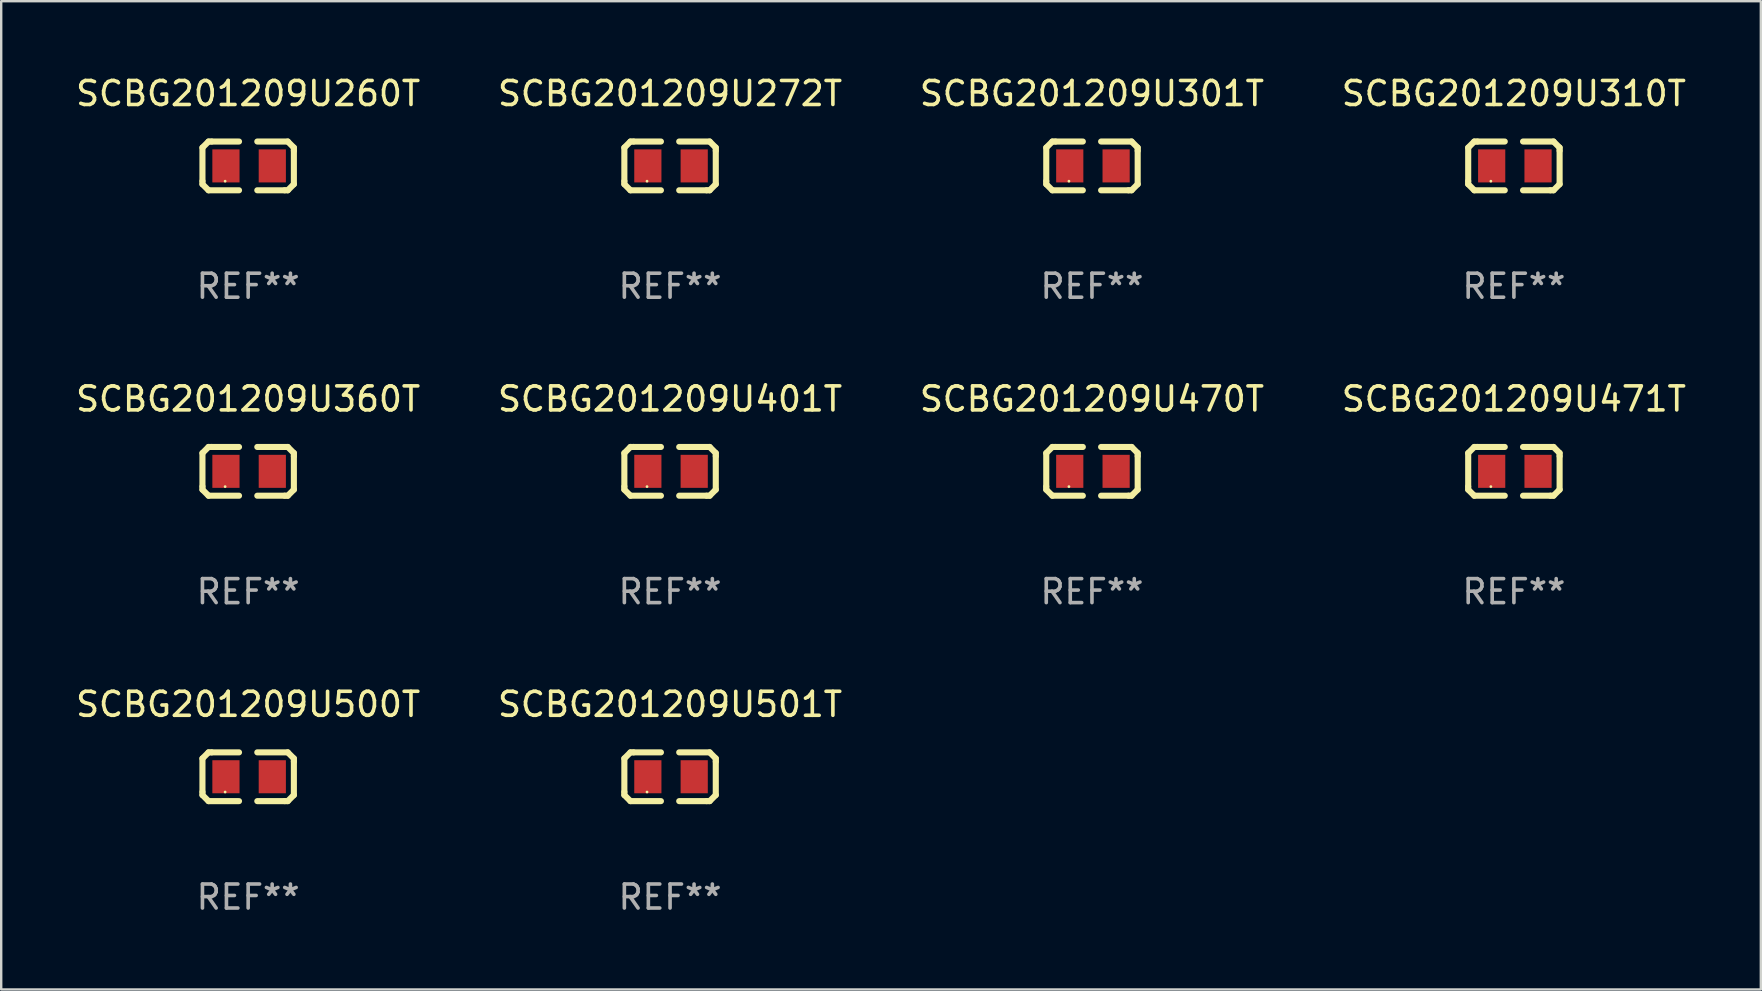
<source format=kicad_pcb>
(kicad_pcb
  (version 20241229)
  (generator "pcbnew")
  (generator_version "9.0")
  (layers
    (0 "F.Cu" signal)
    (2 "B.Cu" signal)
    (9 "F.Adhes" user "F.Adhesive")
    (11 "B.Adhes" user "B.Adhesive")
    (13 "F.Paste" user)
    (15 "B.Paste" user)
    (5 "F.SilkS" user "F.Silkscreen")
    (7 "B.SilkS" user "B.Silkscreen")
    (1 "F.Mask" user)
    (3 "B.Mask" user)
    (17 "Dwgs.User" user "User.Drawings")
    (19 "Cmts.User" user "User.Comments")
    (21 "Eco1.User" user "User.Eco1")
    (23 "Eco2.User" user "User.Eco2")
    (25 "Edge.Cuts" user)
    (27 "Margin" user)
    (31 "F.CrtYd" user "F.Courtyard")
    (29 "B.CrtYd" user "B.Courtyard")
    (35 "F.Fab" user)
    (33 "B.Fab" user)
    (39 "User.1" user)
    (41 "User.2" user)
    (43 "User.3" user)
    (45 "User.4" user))
  (footprint "SCBG201209U401T"
    (layer "F.Cu")
    (at 24.875 16.593)
    (property "Reference" "SCBG201209U401T" (at 0 -3.016 0) (layer "F.SilkS") (effects (font (size 1 1) (thickness 0.15))))
    (attr through_hole)
    (fp_line (start -1.905 -0.762) (end -1.905 0.635) (stroke (width 0.254) (type solid)) (layer "F.SilkS"))
    (fp_line (start -1.905 0.635) (end -1.905 0.762) (stroke (width 0.254) (type solid)) (layer "F.SilkS"))
    (fp_line (start -1.905 0.762) (end -1.651 1.016) (stroke (width 0.254) (type solid)) (layer "F.SilkS"))
    (fp_line (start -1.651 -1.016) (end -1.905 -0.762) (stroke (width 0.254) (type solid)) (layer "F.SilkS"))
    (fp_line (start -1.651 1.016) (end -0.381 1.016) (stroke (width 0.254) (type solid)) (layer "F.SilkS"))
    (fp_line (start -1.524 -1.016) (end -1.651 -1.016) (stroke (width 0.254) (type solid)) (layer "F.SilkS"))
    (fp_line (start -0.381 -1.016) (end -1.524 -1.016) (stroke (width 0.254) (type solid)) (layer "F.SilkS"))
    (fp_line (start 0.381 1.016) (end 1.524 1.016) (stroke (width 0.254) (type solid)) (layer "F.SilkS"))
    (fp_line (start 1.524 1.016) (end 1.651 1.016) (stroke (width 0.254) (type solid)) (layer "F.SilkS"))
    (fp_line (start 1.651 -1.016) (end 0.381 -1.016) (stroke (width 0.254) (type solid)) (layer "F.SilkS"))
    (fp_line (start 1.651 1.016) (end 1.905 0.762) (stroke (width 0.254) (type solid)) (layer "F.SilkS"))
    (fp_line (start 1.905 -0.762) (end 1.651 -1.016) (stroke (width 0.254) (type solid)) (layer "F.SilkS"))
    (fp_line (start 1.905 -0.635) (end 1.905 -0.762) (stroke (width 0.254) (type solid)) (layer "F.SilkS"))
    (fp_line (start 1.905 0.762) (end 1.905 -0.635) (stroke (width 0.254) (type solid)) (layer "F.SilkS"))
    (fp_circle (center -0.96 0.637) (end -0.93 0.637) (stroke (width 0.06) (type solid)) (fill no) (layer "F.SilkS"))
    (fp_text user "REF**" (at 0 5.016 0) (layer "F.Fab") (effects (font (size 1 1) (thickness 0.15))))
    (pad "1" smd rect (at -0.926 -0.000051) (size 1.133 1.377) (layers "F.Cu" "F.Mask" "F.Paste"))
    (pad "2" smd rect (at 1.006 -0.000051) (size 1.133 1.377) (layers "F.Cu" "F.Mask" "F.Paste")))
  (footprint "SCBG201209U260T"
    (layer "F.Cu")
    (at 7.292 3.864)
    (property "Reference" "SCBG201209U260T" (at 0 -3.016 0) (layer "F.SilkS") (effects (font (size 1 1) (thickness 0.15))))
    (attr through_hole)
    (fp_line (start -1.905 -0.762) (end -1.905 0.635) (stroke (width 0.254) (type solid)) (layer "F.SilkS"))
    (fp_line (start -1.905 0.635) (end -1.905 0.762) (stroke (width 0.254) (type solid)) (layer "F.SilkS"))
    (fp_line (start -1.905 0.762) (end -1.651 1.016) (stroke (width 0.254) (type solid)) (layer "F.SilkS"))
    (fp_line (start -1.651 -1.016) (end -1.905 -0.762) (stroke (width 0.254) (type solid)) (layer "F.SilkS"))
    (fp_line (start -1.651 1.016) (end -0.381 1.016) (stroke (width 0.254) (type solid)) (layer "F.SilkS"))
    (fp_line (start -1.524 -1.016) (end -1.651 -1.016) (stroke (width 0.254) (type solid)) (layer "F.SilkS"))
    (fp_line (start -0.381 -1.016) (end -1.524 -1.016) (stroke (width 0.254) (type solid)) (layer "F.SilkS"))
    (fp_line (start 0.381 1.016) (end 1.524 1.016) (stroke (width 0.254) (type solid)) (layer "F.SilkS"))
    (fp_line (start 1.524 1.016) (end 1.651 1.016) (stroke (width 0.254) (type solid)) (layer "F.SilkS"))
    (fp_line (start 1.651 -1.016) (end 0.381 -1.016) (stroke (width 0.254) (type solid)) (layer "F.SilkS"))
    (fp_line (start 1.651 1.016) (end 1.905 0.762) (stroke (width 0.254) (type solid)) (layer "F.SilkS"))
    (fp_line (start 1.905 -0.762) (end 1.651 -1.016) (stroke (width 0.254) (type solid)) (layer "F.SilkS"))
    (fp_line (start 1.905 -0.635) (end 1.905 -0.762) (stroke (width 0.254) (type solid)) (layer "F.SilkS"))
    (fp_line (start 1.905 0.762) (end 1.905 -0.635) (stroke (width 0.254) (type solid)) (layer "F.SilkS"))
    (fp_circle (center -0.96 0.637) (end -0.93 0.637) (stroke (width 0.06) (type solid)) (fill no) (layer "F.SilkS"))
    (fp_text user "REF**" (at 0 5.016 0) (layer "F.Fab") (effects (font (size 1 1) (thickness 0.15))))
    (pad "1" smd rect (at -0.926 -0.000051) (size 1.133 1.377) (layers "F.Cu" "F.Mask" "F.Paste"))
    (pad "2" smd rect (at 1.006 -0.000051) (size 1.133 1.377) (layers "F.Cu" "F.Mask" "F.Paste")))
  (footprint "SCBG201209U501T"
    (layer "F.Cu")
    (at 24.875 29.321)
    (property "Reference" "SCBG201209U501T" (at 0 -3.016 0) (layer "F.SilkS") (effects (font (size 1 1) (thickness 0.15))))
    (attr through_hole)
    (fp_line (start -1.905 -0.762) (end -1.905 0.635) (stroke (width 0.254) (type solid)) (layer "F.SilkS"))
    (fp_line (start -1.905 0.635) (end -1.905 0.762) (stroke (width 0.254) (type solid)) (layer "F.SilkS"))
    (fp_line (start -1.905 0.762) (end -1.651 1.016) (stroke (width 0.254) (type solid)) (layer "F.SilkS"))
    (fp_line (start -1.651 -1.016) (end -1.905 -0.762) (stroke (width 0.254) (type solid)) (layer "F.SilkS"))
    (fp_line (start -1.651 1.016) (end -0.381 1.016) (stroke (width 0.254) (type solid)) (layer "F.SilkS"))
    (fp_line (start -1.524 -1.016) (end -1.651 -1.016) (stroke (width 0.254) (type solid)) (layer "F.SilkS"))
    (fp_line (start -0.381 -1.016) (end -1.524 -1.016) (stroke (width 0.254) (type solid)) (layer "F.SilkS"))
    (fp_line (start 0.381 1.016) (end 1.524 1.016) (stroke (width 0.254) (type solid)) (layer "F.SilkS"))
    (fp_line (start 1.524 1.016) (end 1.651 1.016) (stroke (width 0.254) (type solid)) (layer "F.SilkS"))
    (fp_line (start 1.651 -1.016) (end 0.381 -1.016) (stroke (width 0.254) (type solid)) (layer "F.SilkS"))
    (fp_line (start 1.651 1.016) (end 1.905 0.762) (stroke (width 0.254) (type solid)) (layer "F.SilkS"))
    (fp_line (start 1.905 -0.762) (end 1.651 -1.016) (stroke (width 0.254) (type solid)) (layer "F.SilkS"))
    (fp_line (start 1.905 -0.635) (end 1.905 -0.762) (stroke (width 0.254) (type solid)) (layer "F.SilkS"))
    (fp_line (start 1.905 0.762) (end 1.905 -0.635) (stroke (width 0.254) (type solid)) (layer "F.SilkS"))
    (fp_circle (center -0.96 0.637) (end -0.93 0.637) (stroke (width 0.06) (type solid)) (fill no) (layer "F.SilkS"))
    (fp_text user "REF**" (at 0 5.016 0) (layer "F.Fab") (effects (font (size 1 1) (thickness 0.15))))
    (pad "1" smd rect (at -0.926 -0.000051) (size 1.133 1.377) (layers "F.Cu" "F.Mask" "F.Paste"))
    (pad "2" smd rect (at 1.006 -0.000051) (size 1.133 1.377) (layers "F.Cu" "F.Mask" "F.Paste")))
  (footprint "SCBG201209U301T"
    (layer "F.Cu")
    (at 42.458 3.864)
    (property "Reference" "SCBG201209U301T" (at 0 -3.016 0) (layer "F.SilkS") (effects (font (size 1 1) (thickness 0.15))))
    (attr through_hole)
    (fp_line (start -1.905 -0.762) (end -1.905 0.635) (stroke (width 0.254) (type solid)) (layer "F.SilkS"))
    (fp_line (start -1.905 0.635) (end -1.905 0.762) (stroke (width 0.254) (type solid)) (layer "F.SilkS"))
    (fp_line (start -1.905 0.762) (end -1.651 1.016) (stroke (width 0.254) (type solid)) (layer "F.SilkS"))
    (fp_line (start -1.651 -1.016) (end -1.905 -0.762) (stroke (width 0.254) (type solid)) (layer "F.SilkS"))
    (fp_line (start -1.651 1.016) (end -0.381 1.016) (stroke (width 0.254) (type solid)) (layer "F.SilkS"))
    (fp_line (start -1.524 -1.016) (end -1.651 -1.016) (stroke (width 0.254) (type solid)) (layer "F.SilkS"))
    (fp_line (start -0.381 -1.016) (end -1.524 -1.016) (stroke (width 0.254) (type solid)) (layer "F.SilkS"))
    (fp_line (start 0.381 1.016) (end 1.524 1.016) (stroke (width 0.254) (type solid)) (layer "F.SilkS"))
    (fp_line (start 1.524 1.016) (end 1.651 1.016) (stroke (width 0.254) (type solid)) (layer "F.SilkS"))
    (fp_line (start 1.651 -1.016) (end 0.381 -1.016) (stroke (width 0.254) (type solid)) (layer "F.SilkS"))
    (fp_line (start 1.651 1.016) (end 1.905 0.762) (stroke (width 0.254) (type solid)) (layer "F.SilkS"))
    (fp_line (start 1.905 -0.762) (end 1.651 -1.016) (stroke (width 0.254) (type solid)) (layer "F.SilkS"))
    (fp_line (start 1.905 -0.635) (end 1.905 -0.762) (stroke (width 0.254) (type solid)) (layer "F.SilkS"))
    (fp_line (start 1.905 0.762) (end 1.905 -0.635) (stroke (width 0.254) (type solid)) (layer "F.SilkS"))
    (fp_circle (center -0.96 0.637) (end -0.93 0.637) (stroke (width 0.06) (type solid)) (fill no) (layer "F.SilkS"))
    (fp_text user "REF**" (at 0 5.016 0) (layer "F.Fab") (effects (font (size 1 1) (thickness 0.15))))
    (pad "1" smd rect (at -0.926 -0.000051) (size 1.133 1.377) (layers "F.Cu" "F.Mask" "F.Paste"))
    (pad "2" smd rect (at 1.006 -0.000051) (size 1.133 1.377) (layers "F.Cu" "F.Mask" "F.Paste")))
  (footprint "SCBG201209U471T"
    (layer "F.Cu")
    (at 60.042 16.593)
    (property "Reference" "SCBG201209U471T" (at 0 -3.016 0) (layer "F.SilkS") (effects (font (size 1 1) (thickness 0.15))))
    (attr through_hole)
    (fp_line (start -1.905 -0.762) (end -1.905 0.635) (stroke (width 0.254) (type solid)) (layer "F.SilkS"))
    (fp_line (start -1.905 0.635) (end -1.905 0.762) (stroke (width 0.254) (type solid)) (layer "F.SilkS"))
    (fp_line (start -1.905 0.762) (end -1.651 1.016) (stroke (width 0.254) (type solid)) (layer "F.SilkS"))
    (fp_line (start -1.651 -1.016) (end -1.905 -0.762) (stroke (width 0.254) (type solid)) (layer "F.SilkS"))
    (fp_line (start -1.651 1.016) (end -0.381 1.016) (stroke (width 0.254) (type solid)) (layer "F.SilkS"))
    (fp_line (start -1.524 -1.016) (end -1.651 -1.016) (stroke (width 0.254) (type solid)) (layer "F.SilkS"))
    (fp_line (start -0.381 -1.016) (end -1.524 -1.016) (stroke (width 0.254) (type solid)) (layer "F.SilkS"))
    (fp_line (start 0.381 1.016) (end 1.524 1.016) (stroke (width 0.254) (type solid)) (layer "F.SilkS"))
    (fp_line (start 1.524 1.016) (end 1.651 1.016) (stroke (width 0.254) (type solid)) (layer "F.SilkS"))
    (fp_line (start 1.651 -1.016) (end 0.381 -1.016) (stroke (width 0.254) (type solid)) (layer "F.SilkS"))
    (fp_line (start 1.651 1.016) (end 1.905 0.762) (stroke (width 0.254) (type solid)) (layer "F.SilkS"))
    (fp_line (start 1.905 -0.762) (end 1.651 -1.016) (stroke (width 0.254) (type solid)) (layer "F.SilkS"))
    (fp_line (start 1.905 -0.635) (end 1.905 -0.762) (stroke (width 0.254) (type solid)) (layer "F.SilkS"))
    (fp_line (start 1.905 0.762) (end 1.905 -0.635) (stroke (width 0.254) (type solid)) (layer "F.SilkS"))
    (fp_circle (center -0.96 0.637) (end -0.93 0.637) (stroke (width 0.06) (type solid)) (fill no) (layer "F.SilkS"))
    (fp_text user "REF**" (at 0 5.016 0) (layer "F.Fab") (effects (font (size 1 1) (thickness 0.15))))
    (pad "1" smd rect (at -0.926 -0.000051) (size 1.133 1.377) (layers "F.Cu" "F.Mask" "F.Paste"))
    (pad "2" smd rect (at 1.006 -0.000051) (size 1.133 1.377) (layers "F.Cu" "F.Mask" "F.Paste")))
  (footprint "SCBG201209U272T"
    (layer "F.Cu")
    (at 24.875 3.864)
    (property "Reference" "SCBG201209U272T" (at 0 -3.016 0) (layer "F.SilkS") (effects (font (size 1 1) (thickness 0.15))))
    (attr through_hole)
    (fp_line (start -1.905 -0.762) (end -1.905 0.635) (stroke (width 0.254) (type solid)) (layer "F.SilkS"))
    (fp_line (start -1.905 0.635) (end -1.905 0.762) (stroke (width 0.254) (type solid)) (layer "F.SilkS"))
    (fp_line (start -1.905 0.762) (end -1.651 1.016) (stroke (width 0.254) (type solid)) (layer "F.SilkS"))
    (fp_line (start -1.651 -1.016) (end -1.905 -0.762) (stroke (width 0.254) (type solid)) (layer "F.SilkS"))
    (fp_line (start -1.651 1.016) (end -0.381 1.016) (stroke (width 0.254) (type solid)) (layer "F.SilkS"))
    (fp_line (start -1.524 -1.016) (end -1.651 -1.016) (stroke (width 0.254) (type solid)) (layer "F.SilkS"))
    (fp_line (start -0.381 -1.016) (end -1.524 -1.016) (stroke (width 0.254) (type solid)) (layer "F.SilkS"))
    (fp_line (start 0.381 1.016) (end 1.524 1.016) (stroke (width 0.254) (type solid)) (layer "F.SilkS"))
    (fp_line (start 1.524 1.016) (end 1.651 1.016) (stroke (width 0.254) (type solid)) (layer "F.SilkS"))
    (fp_line (start 1.651 -1.016) (end 0.381 -1.016) (stroke (width 0.254) (type solid)) (layer "F.SilkS"))
    (fp_line (start 1.651 1.016) (end 1.905 0.762) (stroke (width 0.254) (type solid)) (layer "F.SilkS"))
    (fp_line (start 1.905 -0.762) (end 1.651 -1.016) (stroke (width 0.254) (type solid)) (layer "F.SilkS"))
    (fp_line (start 1.905 -0.635) (end 1.905 -0.762) (stroke (width 0.254) (type solid)) (layer "F.SilkS"))
    (fp_line (start 1.905 0.762) (end 1.905 -0.635) (stroke (width 0.254) (type solid)) (layer "F.SilkS"))
    (fp_circle (center -0.96 0.637) (end -0.93 0.637) (stroke (width 0.06) (type solid)) (fill no) (layer "F.SilkS"))
    (fp_text user "REF**" (at 0 5.016 0) (layer "F.Fab") (effects (font (size 1 1) (thickness 0.15))))
    (pad "1" smd rect (at -0.926 -0.000051) (size 1.133 1.377) (layers "F.Cu" "F.Mask" "F.Paste"))
    (pad "2" smd rect (at 1.006 -0.000051) (size 1.133 1.377) (layers "F.Cu" "F.Mask" "F.Paste")))
  (footprint "SCBG201209U360T"
    (layer "F.Cu")
    (at 7.292 16.593)
    (property "Reference" "SCBG201209U360T" (at 0 -3.016 0) (layer "F.SilkS") (effects (font (size 1 1) (thickness 0.15))))
    (attr through_hole)
    (fp_line (start -1.905 -0.762) (end -1.905 0.635) (stroke (width 0.254) (type solid)) (layer "F.SilkS"))
    (fp_line (start -1.905 0.635) (end -1.905 0.762) (stroke (width 0.254) (type solid)) (layer "F.SilkS"))
    (fp_line (start -1.905 0.762) (end -1.651 1.016) (stroke (width 0.254) (type solid)) (layer "F.SilkS"))
    (fp_line (start -1.651 -1.016) (end -1.905 -0.762) (stroke (width 0.254) (type solid)) (layer "F.SilkS"))
    (fp_line (start -1.651 1.016) (end -0.381 1.016) (stroke (width 0.254) (type solid)) (layer "F.SilkS"))
    (fp_line (start -1.524 -1.016) (end -1.651 -1.016) (stroke (width 0.254) (type solid)) (layer "F.SilkS"))
    (fp_line (start -0.381 -1.016) (end -1.524 -1.016) (stroke (width 0.254) (type solid)) (layer "F.SilkS"))
    (fp_line (start 0.381 1.016) (end 1.524 1.016) (stroke (width 0.254) (type solid)) (layer "F.SilkS"))
    (fp_line (start 1.524 1.016) (end 1.651 1.016) (stroke (width 0.254) (type solid)) (layer "F.SilkS"))
    (fp_line (start 1.651 -1.016) (end 0.381 -1.016) (stroke (width 0.254) (type solid)) (layer "F.SilkS"))
    (fp_line (start 1.651 1.016) (end 1.905 0.762) (stroke (width 0.254) (type solid)) (layer "F.SilkS"))
    (fp_line (start 1.905 -0.762) (end 1.651 -1.016) (stroke (width 0.254) (type solid)) (layer "F.SilkS"))
    (fp_line (start 1.905 -0.635) (end 1.905 -0.762) (stroke (width 0.254) (type solid)) (layer "F.SilkS"))
    (fp_line (start 1.905 0.762) (end 1.905 -0.635) (stroke (width 0.254) (type solid)) (layer "F.SilkS"))
    (fp_circle (center -0.96 0.637) (end -0.93 0.637) (stroke (width 0.06) (type solid)) (fill no) (layer "F.SilkS"))
    (fp_text user "REF**" (at 0 5.016 0) (layer "F.Fab") (effects (font (size 1 1) (thickness 0.15))))
    (pad "1" smd rect (at -0.926 -0.000051) (size 1.133 1.377) (layers "F.Cu" "F.Mask" "F.Paste"))
    (pad "2" smd rect (at 1.006 -0.000051) (size 1.133 1.377) (layers "F.Cu" "F.Mask" "F.Paste")))
  (footprint "SCBG201209U310T"
    (layer "F.Cu")
    (at 60.042 3.864)
    (property "Reference" "SCBG201209U310T" (at 0 -3.016 0) (layer "F.SilkS") (effects (font (size 1 1) (thickness 0.15))))
    (attr through_hole)
    (fp_line (start -1.905 -0.762) (end -1.905 0.635) (stroke (width 0.254) (type solid)) (layer "F.SilkS"))
    (fp_line (start -1.905 0.635) (end -1.905 0.762) (stroke (width 0.254) (type solid)) (layer "F.SilkS"))
    (fp_line (start -1.905 0.762) (end -1.651 1.016) (stroke (width 0.254) (type solid)) (layer "F.SilkS"))
    (fp_line (start -1.651 -1.016) (end -1.905 -0.762) (stroke (width 0.254) (type solid)) (layer "F.SilkS"))
    (fp_line (start -1.651 1.016) (end -0.381 1.016) (stroke (width 0.254) (type solid)) (layer "F.SilkS"))
    (fp_line (start -1.524 -1.016) (end -1.651 -1.016) (stroke (width 0.254) (type solid)) (layer "F.SilkS"))
    (fp_line (start -0.381 -1.016) (end -1.524 -1.016) (stroke (width 0.254) (type solid)) (layer "F.SilkS"))
    (fp_line (start 0.381 1.016) (end 1.524 1.016) (stroke (width 0.254) (type solid)) (layer "F.SilkS"))
    (fp_line (start 1.524 1.016) (end 1.651 1.016) (stroke (width 0.254) (type solid)) (layer "F.SilkS"))
    (fp_line (start 1.651 -1.016) (end 0.381 -1.016) (stroke (width 0.254) (type solid)) (layer "F.SilkS"))
    (fp_line (start 1.651 1.016) (end 1.905 0.762) (stroke (width 0.254) (type solid)) (layer "F.SilkS"))
    (fp_line (start 1.905 -0.762) (end 1.651 -1.016) (stroke (width 0.254) (type solid)) (layer "F.SilkS"))
    (fp_line (start 1.905 -0.635) (end 1.905 -0.762) (stroke (width 0.254) (type solid)) (layer "F.SilkS"))
    (fp_line (start 1.905 0.762) (end 1.905 -0.635) (stroke (width 0.254) (type solid)) (layer "F.SilkS"))
    (fp_circle (center -0.96 0.637) (end -0.93 0.637) (stroke (width 0.06) (type solid)) (fill no) (layer "F.SilkS"))
    (fp_text user "REF**" (at 0 5.016 0) (layer "F.Fab") (effects (font (size 1 1) (thickness 0.15))))
    (pad "1" smd rect (at -0.926 -0.000051) (size 1.133 1.377) (layers "F.Cu" "F.Mask" "F.Paste"))
    (pad "2" smd rect (at 1.006 -0.000051) (size 1.133 1.377) (layers "F.Cu" "F.Mask" "F.Paste")))
  (footprint "SCBG201209U470T"
    (layer "F.Cu")
    (at 42.458 16.593)
    (property "Reference" "SCBG201209U470T" (at 0 -3.016 0) (layer "F.SilkS") (effects (font (size 1 1) (thickness 0.15))))
    (attr through_hole)
    (fp_line (start -1.905 -0.762) (end -1.905 0.635) (stroke (width 0.254) (type solid)) (layer "F.SilkS"))
    (fp_line (start -1.905 0.635) (end -1.905 0.762) (stroke (width 0.254) (type solid)) (layer "F.SilkS"))
    (fp_line (start -1.905 0.762) (end -1.651 1.016) (stroke (width 0.254) (type solid)) (layer "F.SilkS"))
    (fp_line (start -1.651 -1.016) (end -1.905 -0.762) (stroke (width 0.254) (type solid)) (layer "F.SilkS"))
    (fp_line (start -1.651 1.016) (end -0.381 1.016) (stroke (width 0.254) (type solid)) (layer "F.SilkS"))
    (fp_line (start -1.524 -1.016) (end -1.651 -1.016) (stroke (width 0.254) (type solid)) (layer "F.SilkS"))
    (fp_line (start -0.381 -1.016) (end -1.524 -1.016) (stroke (width 0.254) (type solid)) (layer "F.SilkS"))
    (fp_line (start 0.381 1.016) (end 1.524 1.016) (stroke (width 0.254) (type solid)) (layer "F.SilkS"))
    (fp_line (start 1.524 1.016) (end 1.651 1.016) (stroke (width 0.254) (type solid)) (layer "F.SilkS"))
    (fp_line (start 1.651 -1.016) (end 0.381 -1.016) (stroke (width 0.254) (type solid)) (layer "F.SilkS"))
    (fp_line (start 1.651 1.016) (end 1.905 0.762) (stroke (width 0.254) (type solid)) (layer "F.SilkS"))
    (fp_line (start 1.905 -0.762) (end 1.651 -1.016) (stroke (width 0.254) (type solid)) (layer "F.SilkS"))
    (fp_line (start 1.905 -0.635) (end 1.905 -0.762) (stroke (width 0.254) (type solid)) (layer "F.SilkS"))
    (fp_line (start 1.905 0.762) (end 1.905 -0.635) (stroke (width 0.254) (type solid)) (layer "F.SilkS"))
    (fp_circle (center -0.96 0.637) (end -0.93 0.637) (stroke (width 0.06) (type solid)) (fill no) (layer "F.SilkS"))
    (fp_text user "REF**" (at 0 5.016 0) (layer "F.Fab") (effects (font (size 1 1) (thickness 0.15))))
    (pad "1" smd rect (at -0.926 -0.000051) (size 1.133 1.377) (layers "F.Cu" "F.Mask" "F.Paste"))
    (pad "2" smd rect (at 1.006 -0.000051) (size 1.133 1.377) (layers "F.Cu" "F.Mask" "F.Paste")))
  (footprint "SCBG201209U500T"
    (layer "F.Cu")
    (at 7.292 29.321)
    (property "Reference" "SCBG201209U500T" (at 0 -3.016 0) (layer "F.SilkS") (effects (font (size 1 1) (thickness 0.15))))
    (attr through_hole)
    (fp_line (start -1.905 -0.762) (end -1.905 0.635) (stroke (width 0.254) (type solid)) (layer "F.SilkS"))
    (fp_line (start -1.905 0.635) (end -1.905 0.762) (stroke (width 0.254) (type solid)) (layer "F.SilkS"))
    (fp_line (start -1.905 0.762) (end -1.651 1.016) (stroke (width 0.254) (type solid)) (layer "F.SilkS"))
    (fp_line (start -1.651 -1.016) (end -1.905 -0.762) (stroke (width 0.254) (type solid)) (layer "F.SilkS"))
    (fp_line (start -1.651 1.016) (end -0.381 1.016) (stroke (width 0.254) (type solid)) (layer "F.SilkS"))
    (fp_line (start -1.524 -1.016) (end -1.651 -1.016) (stroke (width 0.254) (type solid)) (layer "F.SilkS"))
    (fp_line (start -0.381 -1.016) (end -1.524 -1.016) (stroke (width 0.254) (type solid)) (layer "F.SilkS"))
    (fp_line (start 0.381 1.016) (end 1.524 1.016) (stroke (width 0.254) (type solid)) (layer "F.SilkS"))
    (fp_line (start 1.524 1.016) (end 1.651 1.016) (stroke (width 0.254) (type solid)) (layer "F.SilkS"))
    (fp_line (start 1.651 -1.016) (end 0.381 -1.016) (stroke (width 0.254) (type solid)) (layer "F.SilkS"))
    (fp_line (start 1.651 1.016) (end 1.905 0.762) (stroke (width 0.254) (type solid)) (layer "F.SilkS"))
    (fp_line (start 1.905 -0.762) (end 1.651 -1.016) (stroke (width 0.254) (type solid)) (layer "F.SilkS"))
    (fp_line (start 1.905 -0.635) (end 1.905 -0.762) (stroke (width 0.254) (type solid)) (layer "F.SilkS"))
    (fp_line (start 1.905 0.762) (end 1.905 -0.635) (stroke (width 0.254) (type solid)) (layer "F.SilkS"))
    (fp_circle (center -0.96 0.637) (end -0.93 0.637) (stroke (width 0.06) (type solid)) (fill no) (layer "F.SilkS"))
    (fp_text user "REF**" (at 0 5.016 0) (layer "F.Fab") (effects (font (size 1 1) (thickness 0.15))))
    (pad "1" smd rect (at -0.926 -0.000051) (size 1.133 1.377) (layers "F.Cu" "F.Mask" "F.Paste"))
    (pad "2" smd rect (at 1.006 -0.000051) (size 1.133 1.377) (layers "F.Cu" "F.Mask" "F.Paste")))
  (gr_rect
    (start -3 -3)
    (end 70.333 38.186)
    (stroke (width 0.1) (type default))
    (fill no)
    (layer "Edge.Cuts")))
</source>
